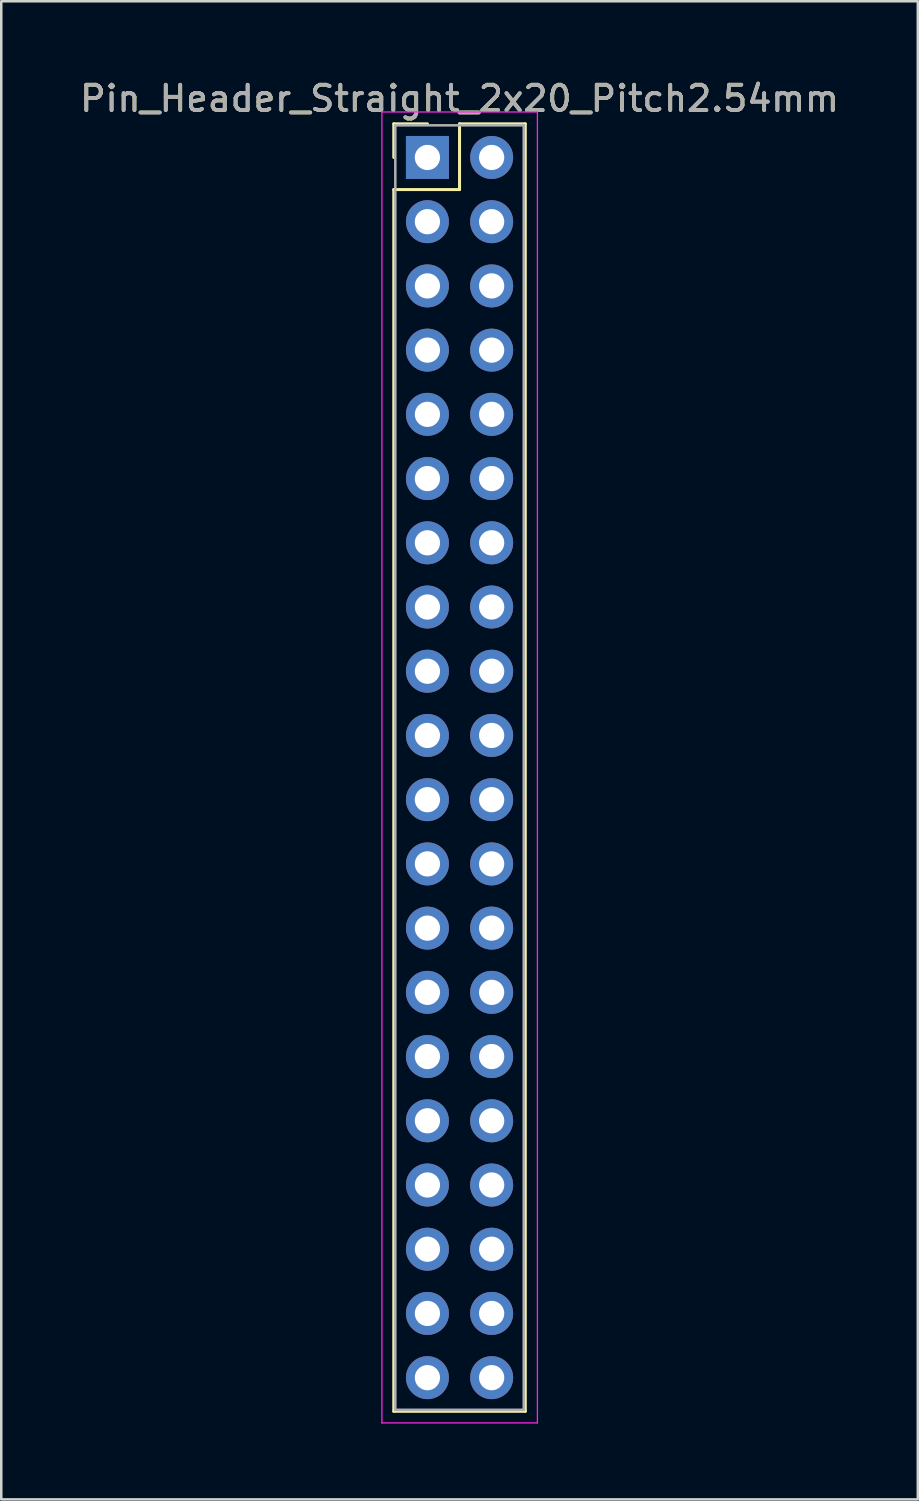
<source format=kicad_pcb>
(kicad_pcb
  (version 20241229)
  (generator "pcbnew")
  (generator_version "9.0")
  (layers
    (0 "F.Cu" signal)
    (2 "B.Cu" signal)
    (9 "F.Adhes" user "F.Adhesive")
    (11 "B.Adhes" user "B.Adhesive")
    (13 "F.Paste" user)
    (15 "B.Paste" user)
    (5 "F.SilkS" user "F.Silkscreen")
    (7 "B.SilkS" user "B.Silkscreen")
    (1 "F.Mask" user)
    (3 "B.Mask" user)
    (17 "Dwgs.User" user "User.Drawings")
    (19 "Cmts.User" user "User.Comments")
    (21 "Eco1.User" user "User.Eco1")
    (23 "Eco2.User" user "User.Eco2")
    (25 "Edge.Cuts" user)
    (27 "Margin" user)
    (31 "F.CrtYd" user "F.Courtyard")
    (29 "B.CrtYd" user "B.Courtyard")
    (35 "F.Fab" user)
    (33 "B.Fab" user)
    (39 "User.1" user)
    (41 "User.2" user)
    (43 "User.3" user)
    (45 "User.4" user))
  (footprint "Pin_Header_Straight_2x20_Pitch2.54mm"
    (layer "F.Cu")
    (at 13.855 3.178)
    (property "Reference" "Pin_Header_Straight_2x20_Pitch2.54mm" (at 1.27 -2.33 0) (layer "F.SilkS") (effects (font (size 1 1) (thickness 0.15))))
    (attr through_hole)
    (fp_line (start -1.33 -1.33) (end 0 -1.33) (stroke (width 0.12) (type solid)) (layer "F.SilkS"))
    (fp_line (start -1.33 0) (end -1.33 -1.33) (stroke (width 0.12) (type solid)) (layer "F.SilkS"))
    (fp_line (start -1.33 1.27) (end -1.33 49.59) (stroke (width 0.12) (type solid)) (layer "F.SilkS"))
    (fp_line (start -1.33 49.59) (end 3.87 49.59) (stroke (width 0.12) (type solid)) (layer "F.SilkS"))
    (fp_line (start 1.27 -1.33) (end 1.27 1.27) (stroke (width 0.12) (type solid)) (layer "F.SilkS"))
    (fp_line (start 1.27 1.27) (end -1.33 1.27) (stroke (width 0.12) (type solid)) (layer "F.SilkS"))
    (fp_line (start 3.87 -1.33) (end 1.27 -1.33) (stroke (width 0.12) (type solid)) (layer "F.SilkS"))
    (fp_line (start 3.87 49.59) (end 3.87 -1.33) (stroke (width 0.12) (type solid)) (layer "F.SilkS"))
    (fp_line (start -1.8 -1.8) (end -1.8 50.05) (stroke (width 0.05) (type solid)) (layer "F.CrtYd"))
    (fp_line (start -1.8 50.05) (end 4.35 50.05) (stroke (width 0.05) (type solid)) (layer "F.CrtYd"))
    (fp_line (start 4.35 -1.8) (end -1.8 -1.8) (stroke (width 0.05) (type solid)) (layer "F.CrtYd"))
    (fp_line (start 4.35 50.05) (end 4.35 -1.8) (stroke (width 0.05) (type solid)) (layer "F.CrtYd"))
    (fp_line (start -1.27 -1.27) (end -1.27 49.53) (stroke (width 0.1) (type solid)) (layer "F.Fab"))
    (fp_line (start -1.27 49.53) (end 3.81 49.53) (stroke (width 0.1) (type solid)) (layer "F.Fab"))
    (fp_line (start 3.81 -1.27) (end -1.27 -1.27) (stroke (width 0.1) (type solid)) (layer "F.Fab"))
    (fp_line (start 3.81 49.53) (end 3.81 -1.27) (stroke (width 0.1) (type solid)) (layer "F.Fab"))
    (fp_text user "${REFERENCE}" (at 1.27 -2.33 0) (layer "F.Fab") (effects (font (size 1 1) (thickness 0.15))))
    (pad "1" thru_hole rect (at 0 0) (size 1.7 1.7) (drill 1) (layers "*.Cu" "*.Mask"))
    (pad "2" thru_hole oval (at 2.54 0) (size 1.7 1.7) (drill 1) (layers "*.Cu" "*.Mask"))
    (pad "3" thru_hole oval (at 0 2.54) (size 1.7 1.7) (drill 1) (layers "*.Cu" "*.Mask"))
    (pad "4" thru_hole oval (at 2.54 2.54) (size 1.7 1.7) (drill 1) (layers "*.Cu" "*.Mask"))
    (pad "5" thru_hole oval (at 0 5.08) (size 1.7 1.7) (drill 1) (layers "*.Cu" "*.Mask"))
    (pad "6" thru_hole oval (at 2.54 5.08) (size 1.7 1.7) (drill 1) (layers "*.Cu" "*.Mask"))
    (pad "7" thru_hole oval (at 0 7.62) (size 1.7 1.7) (drill 1) (layers "*.Cu" "*.Mask"))
    (pad "8" thru_hole oval (at 2.54 7.62) (size 1.7 1.7) (drill 1) (layers "*.Cu" "*.Mask"))
    (pad "9" thru_hole oval (at 0 10.16) (size 1.7 1.7) (drill 1) (layers "*.Cu" "*.Mask"))
    (pad "10" thru_hole oval (at 2.54 10.16) (size 1.7 1.7) (drill 1) (layers "*.Cu" "*.Mask"))
    (pad "11" thru_hole oval (at 0 12.7) (size 1.7 1.7) (drill 1) (layers "*.Cu" "*.Mask"))
    (pad "12" thru_hole oval (at 2.54 12.7) (size 1.7 1.7) (drill 1) (layers "*.Cu" "*.Mask"))
    (pad "13" thru_hole oval (at 0 15.24) (size 1.7 1.7) (drill 1) (layers "*.Cu" "*.Mask"))
    (pad "14" thru_hole oval (at 2.54 15.24) (size 1.7 1.7) (drill 1) (layers "*.Cu" "*.Mask"))
    (pad "15" thru_hole oval (at 0 17.78) (size 1.7 1.7) (drill 1) (layers "*.Cu" "*.Mask"))
    (pad "16" thru_hole oval (at 2.54 17.78) (size 1.7 1.7) (drill 1) (layers "*.Cu" "*.Mask"))
    (pad "17" thru_hole oval (at 0 20.32) (size 1.7 1.7) (drill 1) (layers "*.Cu" "*.Mask"))
    (pad "18" thru_hole oval (at 2.54 20.32) (size 1.7 1.7) (drill 1) (layers "*.Cu" "*.Mask"))
    (pad "19" thru_hole oval (at 0 22.86) (size 1.7 1.7) (drill 1) (layers "*.Cu" "*.Mask"))
    (pad "20" thru_hole oval (at 2.54 22.86) (size 1.7 1.7) (drill 1) (layers "*.Cu" "*.Mask"))
    (pad "21" thru_hole oval (at 0 25.4) (size 1.7 1.7) (drill 1) (layers "*.Cu" "*.Mask"))
    (pad "22" thru_hole oval (at 2.54 25.4) (size 1.7 1.7) (drill 1) (layers "*.Cu" "*.Mask"))
    (pad "23" thru_hole oval (at 0 27.94) (size 1.7 1.7) (drill 1) (layers "*.Cu" "*.Mask"))
    (pad "24" thru_hole oval (at 2.54 27.94) (size 1.7 1.7) (drill 1) (layers "*.Cu" "*.Mask"))
    (pad "25" thru_hole oval (at 0 30.48) (size 1.7 1.7) (drill 1) (layers "*.Cu" "*.Mask"))
    (pad "26" thru_hole oval (at 2.54 30.48) (size 1.7 1.7) (drill 1) (layers "*.Cu" "*.Mask"))
    (pad "27" thru_hole oval (at 0 33.02) (size 1.7 1.7) (drill 1) (layers "*.Cu" "*.Mask"))
    (pad "28" thru_hole oval (at 2.54 33.02) (size 1.7 1.7) (drill 1) (layers "*.Cu" "*.Mask"))
    (pad "29" thru_hole oval (at 0 35.56) (size 1.7 1.7) (drill 1) (layers "*.Cu" "*.Mask"))
    (pad "30" thru_hole oval (at 2.54 35.56) (size 1.7 1.7) (drill 1) (layers "*.Cu" "*.Mask"))
    (pad "31" thru_hole oval (at 0 38.1) (size 1.7 1.7) (drill 1) (layers "*.Cu" "*.Mask"))
    (pad "32" thru_hole oval (at 2.54 38.1) (size 1.7 1.7) (drill 1) (layers "*.Cu" "*.Mask"))
    (pad "33" thru_hole oval (at 0 40.64) (size 1.7 1.7) (drill 1) (layers "*.Cu" "*.Mask"))
    (pad "34" thru_hole oval (at 2.54 40.64) (size 1.7 1.7) (drill 1) (layers "*.Cu" "*.Mask"))
    (pad "35" thru_hole oval (at 0 43.18) (size 1.7 1.7) (drill 1) (layers "*.Cu" "*.Mask"))
    (pad "36" thru_hole oval (at 2.54 43.18) (size 1.7 1.7) (drill 1) (layers "*.Cu" "*.Mask"))
    (pad "37" thru_hole oval (at 0 45.72) (size 1.7 1.7) (drill 1) (layers "*.Cu" "*.Mask"))
    (pad "38" thru_hole oval (at 2.54 45.72) (size 1.7 1.7) (drill 1) (layers "*.Cu" "*.Mask"))
    (pad "39" thru_hole oval (at 0 48.26) (size 1.7 1.7) (drill 1) (layers "*.Cu" "*.Mask"))
    (pad "40" thru_hole oval (at 2.54 48.26) (size 1.7 1.7) (drill 1) (layers "*.Cu" "*.Mask")))
  (gr_rect
    (start -3 -3)
    (end 33.25 56.253)
    (stroke (width 0.1) (type default))
    (fill no)
    (layer "Edge.Cuts")))
</source>
